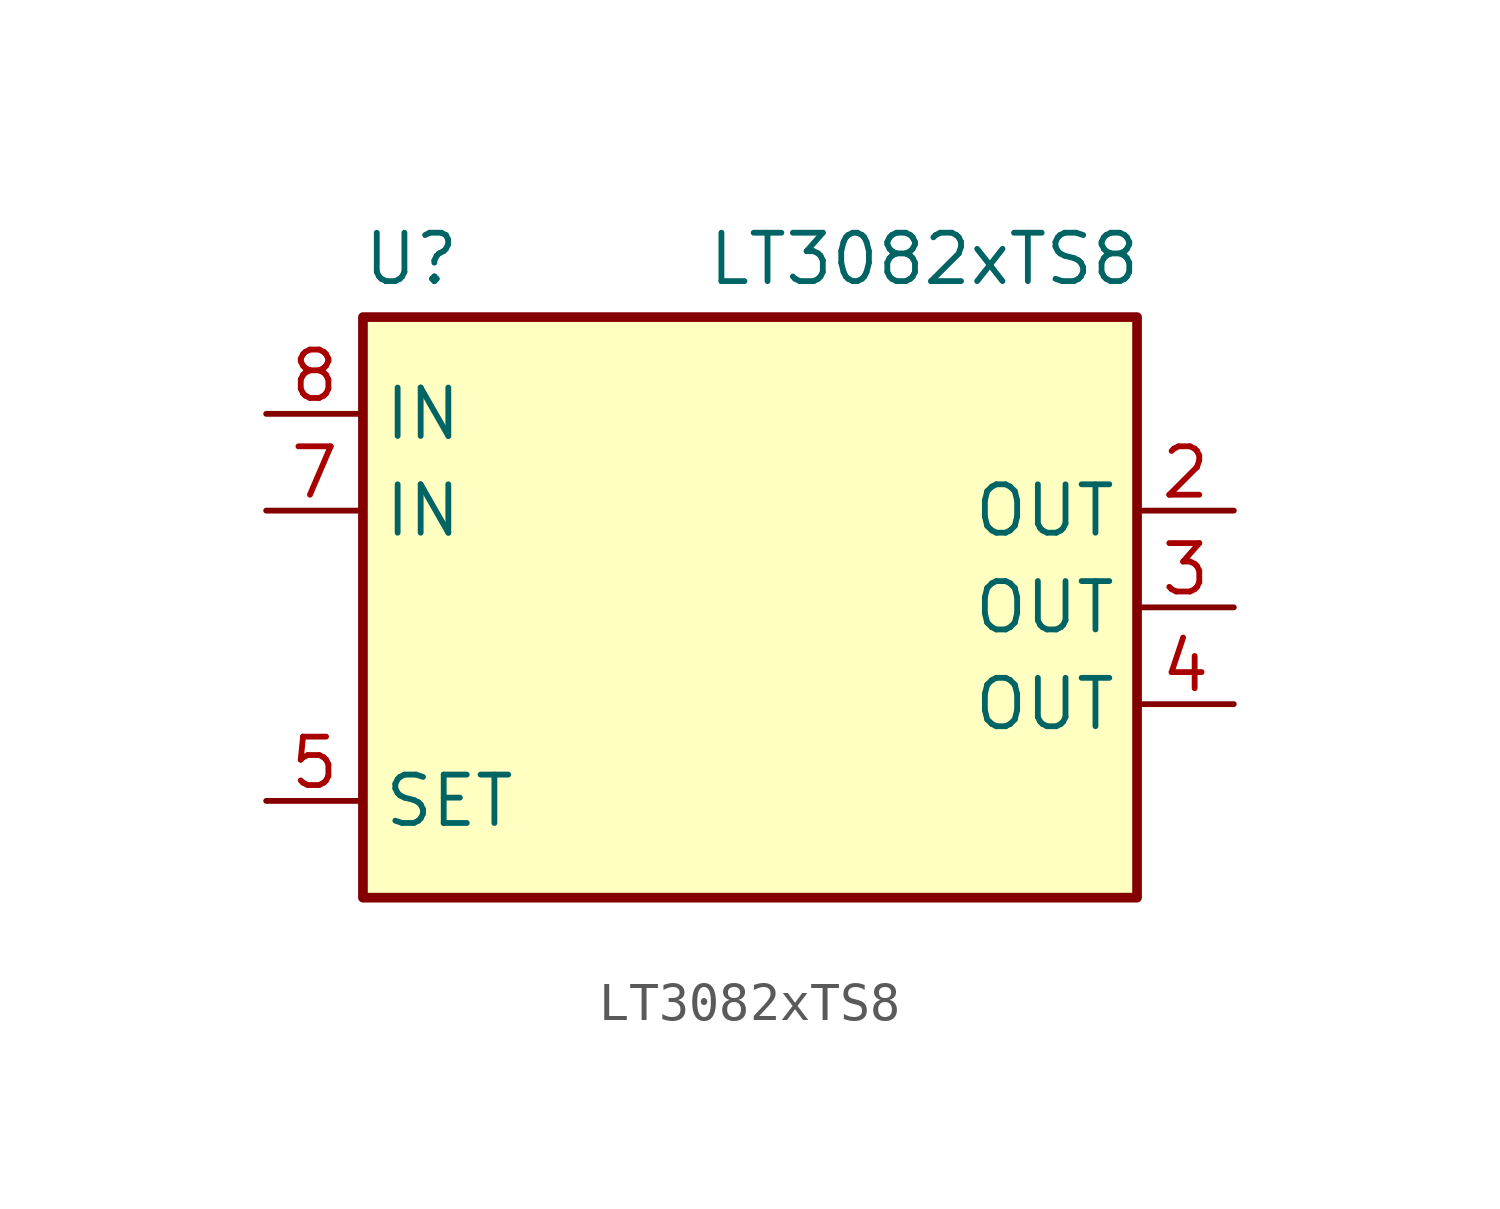
<source format=kicad_sym>
(kicad_symbol_lib
  (version 20231120)
  (generator "kicad_symbol_editor")
  (generator_version "8.0")
  (symbol "LT3082xTS8"
    (property "Reference" "U"
      (at -6.35 10.414 0)
      (effects (font (size 1.27 1.27))))
    (property "Value" "LT3082xTS8"
      (at 7.112 10.414 0)
      (effects (font (size 1.27 1.27))))
    (symbol "LT3082xTS8_0_1"
      (rectangle (start -7.62 8.89) (end 12.7 -6.35) (stroke (width 0.254) (type default)) (fill (type background))))
    (symbol "LT3082xTS8_1_1"
      (pin no_connect line (at 12.7 6.35 180) (length 2.54) hide (name "NC" (effects (font (size 1.27 1.27)))) (number "1" (effects (font (size 1.27 1.27)))))
      (pin power_out line (at 15.24 3.81 180) (length 2.54) (name "OUT" (effects (font (size 1.27 1.27)))) (number "2" (effects (font (size 1.27 1.27)))))
      (pin power_out line (at 15.24 1.27 180) (length 2.54) (name "OUT" (effects (font (size 1.27 1.27)))) (number "3" (effects (font (size 1.27 1.27)))))
      (pin power_out line (at 15.24 -1.27 180) (length 2.54) (name "OUT" (effects (font (size 1.27 1.27)))) (number "4" (effects (font (size 1.27 1.27)))))
      (pin input line (at -10.16 -3.81 0) (length 2.54) (name "SET" (effects (font (size 1.27 1.27)))) (number "5" (effects (font (size 1.27 1.27)))))
      (pin no_connect line (at -7.62 1.27 0) (length 2.54) hide (name "NC" (effects (font (size 1.27 1.27)))) (number "6" (effects (font (size 1.27 1.27)))))
      (pin power_in line (at -10.16 3.81 0) (length 2.54) (name "IN" (effects (font (size 1.27 1.27)))) (number "7" (effects (font (size 1.27 1.27)))))
      (pin power_in line (at -10.16 6.35 0) (length 2.54) (name "IN" (effects (font (size 1.27 1.27)))) (number "8" (effects (font (size 1.27 1.27))))))))
</source>
